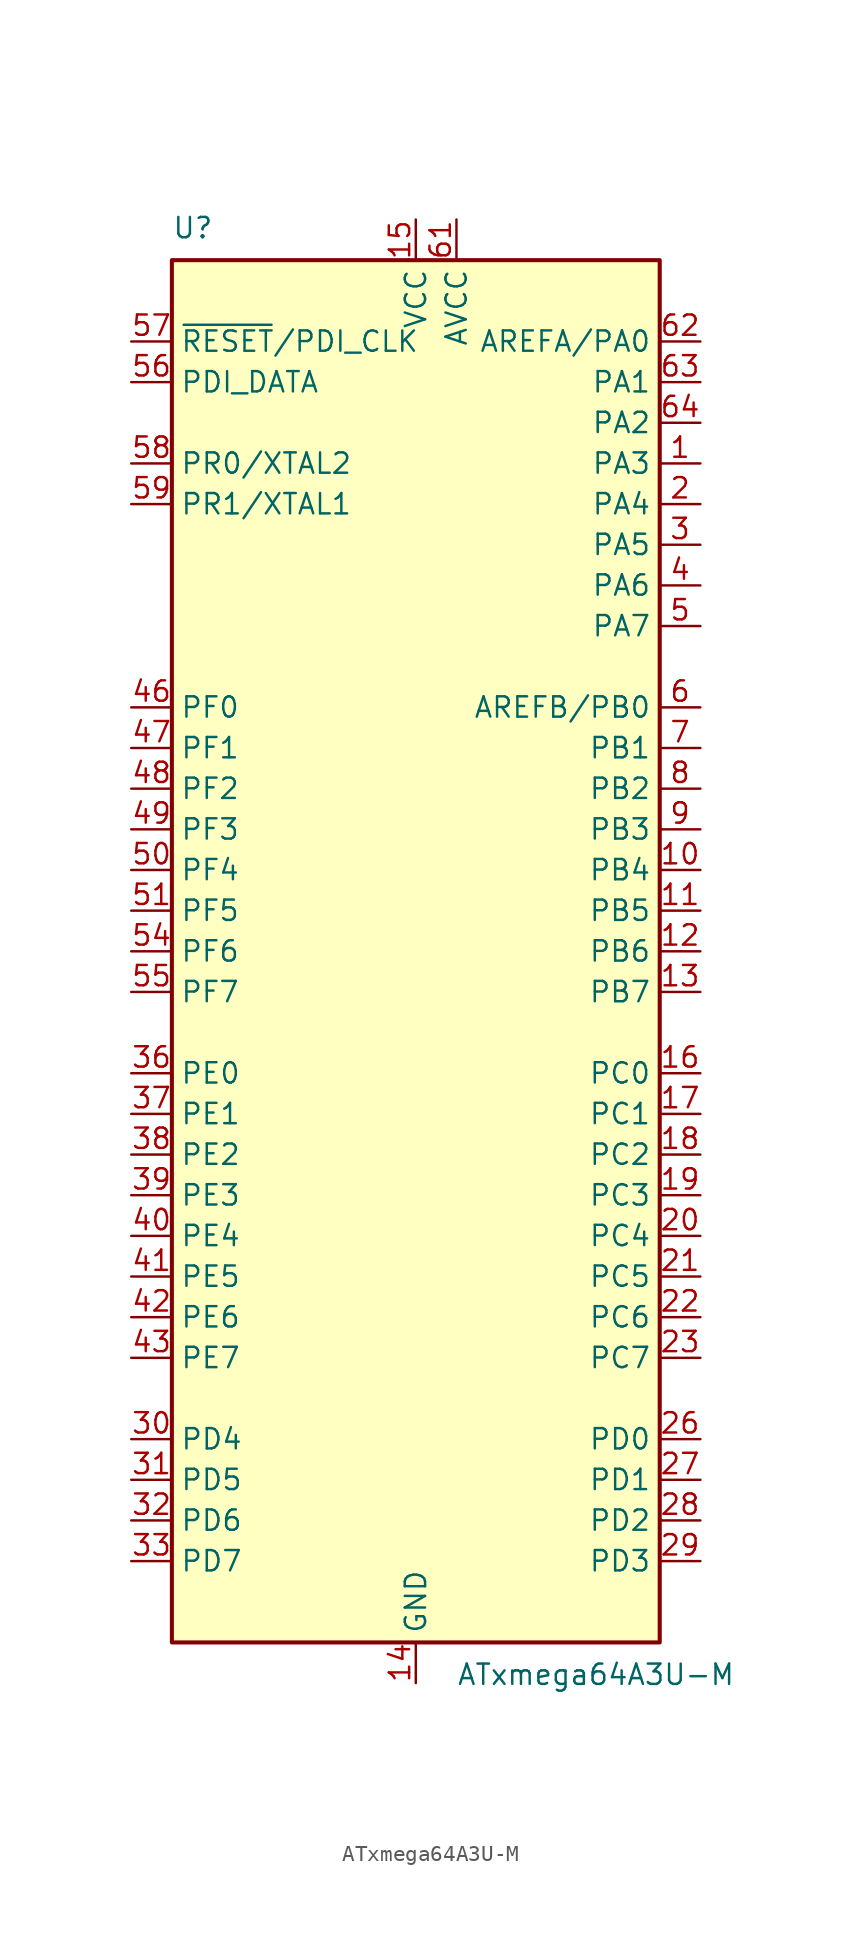
<source format=kicad_sym>
(kicad_symbol_lib
  (version 20211014)
  (generator kicad_symbol_editor)
  (symbol "ATxmega64A3U-M"
    (property "Reference" "U"
      (at -15.24 44.45 0)
      (effects (font (size 1.27 1.27)) (justify left bottom)))
    (property "Value" "ATxmega64A3U-M"
      (at 2.54 -44.45 0)
      (effects (font (size 1.27 1.27)) (justify left top)))
    (symbol "ATxmega64A3U-M_0_1"
      (rectangle (start -15.24 -43.18) (end 15.24 43.18) (stroke (width 0.254) (type default) (color 0 0 0 0)) (fill (type background))))
    (symbol "ATxmega64A3U-M_1_1"
      (pin bidirectional line (at 17.78 30.48 180) (length 2.54) (name "PA3" (effects (font (size 1.27 1.27)))) (number "1" (effects (font (size 1.27 1.27)))))
      (pin bidirectional line (at 17.78 5.08 180) (length 2.54) (name "PB4" (effects (font (size 1.27 1.27)))) (number "10" (effects (font (size 1.27 1.27)))))
      (pin bidirectional line (at 17.78 2.54 180) (length 2.54) (name "PB5" (effects (font (size 1.27 1.27)))) (number "11" (effects (font (size 1.27 1.27)))))
      (pin bidirectional line (at 17.78 0 180) (length 2.54) (name "PB6" (effects (font (size 1.27 1.27)))) (number "12" (effects (font (size 1.27 1.27)))))
      (pin bidirectional line (at 17.78 -2.54 180) (length 2.54) (name "PB7" (effects (font (size 1.27 1.27)))) (number "13" (effects (font (size 1.27 1.27)))))
      (pin power_in line (at 0 -45.72 90) (length 2.54) (name "GND" (effects (font (size 1.27 1.27)))) (number "14" (effects (font (size 1.27 1.27)))))
      (pin power_in line (at 0 45.72 270) (length 2.54) (name "VCC" (effects (font (size 1.27 1.27)))) (number "15" (effects (font (size 1.27 1.27)))))
      (pin bidirectional line (at 17.78 -7.62 180) (length 2.54) (name "PC0" (effects (font (size 1.27 1.27)))) (number "16" (effects (font (size 1.27 1.27)))))
      (pin bidirectional line (at 17.78 -10.16 180) (length 2.54) (name "PC1" (effects (font (size 1.27 1.27)))) (number "17" (effects (font (size 1.27 1.27)))))
      (pin bidirectional line (at 17.78 -12.7 180) (length 2.54) (name "PC2" (effects (font (size 1.27 1.27)))) (number "18" (effects (font (size 1.27 1.27)))))
      (pin bidirectional line (at 17.78 -15.24 180) (length 2.54) (name "PC3" (effects (font (size 1.27 1.27)))) (number "19" (effects (font (size 1.27 1.27)))))
      (pin bidirectional line (at 17.78 27.94 180) (length 2.54) (name "PA4" (effects (font (size 1.27 1.27)))) (number "2" (effects (font (size 1.27 1.27)))))
      (pin bidirectional line (at 17.78 -17.78 180) (length 2.54) (name "PC4" (effects (font (size 1.27 1.27)))) (number "20" (effects (font (size 1.27 1.27)))))
      (pin bidirectional line (at 17.78 -20.32 180) (length 2.54) (name "PC5" (effects (font (size 1.27 1.27)))) (number "21" (effects (font (size 1.27 1.27)))))
      (pin bidirectional line (at 17.78 -22.86 180) (length 2.54) (name "PC6" (effects (font (size 1.27 1.27)))) (number "22" (effects (font (size 1.27 1.27)))))
      (pin bidirectional line (at 17.78 -25.4 180) (length 2.54) (name "PC7" (effects (font (size 1.27 1.27)))) (number "23" (effects (font (size 1.27 1.27)))))
      (pin passive line (at 0 -45.72 90) (length 2.54) hide (name "GND" (effects (font (size 1.27 1.27)))) (number "24" (effects (font (size 1.27 1.27)))))
      (pin passive line (at 0 45.72 270) (length 2.54) hide (name "VCC" (effects (font (size 1.27 1.27)))) (number "25" (effects (font (size 1.27 1.27)))))
      (pin bidirectional line (at 17.78 -30.48 180) (length 2.54) (name "PD0" (effects (font (size 1.27 1.27)))) (number "26" (effects (font (size 1.27 1.27)))))
      (pin bidirectional line (at 17.78 -33.02 180) (length 2.54) (name "PD1" (effects (font (size 1.27 1.27)))) (number "27" (effects (font (size 1.27 1.27)))))
      (pin bidirectional line (at 17.78 -35.56 180) (length 2.54) (name "PD2" (effects (font (size 1.27 1.27)))) (number "28" (effects (font (size 1.27 1.27)))))
      (pin bidirectional line (at 17.78 -38.1 180) (length 2.54) (name "PD3" (effects (font (size 1.27 1.27)))) (number "29" (effects (font (size 1.27 1.27)))))
      (pin bidirectional line (at 17.78 25.4 180) (length 2.54) (name "PA5" (effects (font (size 1.27 1.27)))) (number "3" (effects (font (size 1.27 1.27)))))
      (pin bidirectional line (at -17.78 -30.48 0) (length 2.54) (name "PD4" (effects (font (size 1.27 1.27)))) (number "30" (effects (font (size 1.27 1.27)))))
      (pin bidirectional line (at -17.78 -33.02 0) (length 2.54) (name "PD5" (effects (font (size 1.27 1.27)))) (number "31" (effects (font (size 1.27 1.27)))))
      (pin bidirectional line (at -17.78 -35.56 0) (length 2.54) (name "PD6" (effects (font (size 1.27 1.27)))) (number "32" (effects (font (size 1.27 1.27)))))
      (pin bidirectional line (at -17.78 -38.1 0) (length 2.54) (name "PD7" (effects (font (size 1.27 1.27)))) (number "33" (effects (font (size 1.27 1.27)))))
      (pin passive line (at 0 -45.72 90) (length 2.54) hide (name "GND" (effects (font (size 1.27 1.27)))) (number "34" (effects (font (size 1.27 1.27)))))
      (pin passive line (at 0 45.72 270) (length 2.54) hide (name "VCC" (effects (font (size 1.27 1.27)))) (number "35" (effects (font (size 1.27 1.27)))))
      (pin bidirectional line (at -17.78 -7.62 0) (length 2.54) (name "PE0" (effects (font (size 1.27 1.27)))) (number "36" (effects (font (size 1.27 1.27)))))
      (pin bidirectional line (at -17.78 -10.16 0) (length 2.54) (name "PE1" (effects (font (size 1.27 1.27)))) (number "37" (effects (font (size 1.27 1.27)))))
      (pin bidirectional line (at -17.78 -12.7 0) (length 2.54) (name "PE2" (effects (font (size 1.27 1.27)))) (number "38" (effects (font (size 1.27 1.27)))))
      (pin bidirectional line (at -17.78 -15.24 0) (length 2.54) (name "PE3" (effects (font (size 1.27 1.27)))) (number "39" (effects (font (size 1.27 1.27)))))
      (pin bidirectional line (at 17.78 22.86 180) (length 2.54) (name "PA6" (effects (font (size 1.27 1.27)))) (number "4" (effects (font (size 1.27 1.27)))))
      (pin bidirectional line (at -17.78 -17.78 0) (length 2.54) (name "PE4" (effects (font (size 1.27 1.27)))) (number "40" (effects (font (size 1.27 1.27)))))
      (pin bidirectional line (at -17.78 -20.32 0) (length 2.54) (name "PE5" (effects (font (size 1.27 1.27)))) (number "41" (effects (font (size 1.27 1.27)))))
      (pin bidirectional line (at -17.78 -22.86 0) (length 2.54) (name "PE6" (effects (font (size 1.27 1.27)))) (number "42" (effects (font (size 1.27 1.27)))))
      (pin bidirectional line (at -17.78 -25.4 0) (length 2.54) (name "PE7" (effects (font (size 1.27 1.27)))) (number "43" (effects (font (size 1.27 1.27)))))
      (pin passive line (at 0 -45.72 90) (length 2.54) hide (name "GND" (effects (font (size 1.27 1.27)))) (number "44" (effects (font (size 1.27 1.27)))))
      (pin passive line (at 0 45.72 270) (length 2.54) hide (name "VCC" (effects (font (size 1.27 1.27)))) (number "45" (effects (font (size 1.27 1.27)))))
      (pin bidirectional line (at -17.78 15.24 0) (length 2.54) (name "PF0" (effects (font (size 1.27 1.27)))) (number "46" (effects (font (size 1.27 1.27)))))
      (pin bidirectional line (at -17.78 12.7 0) (length 2.54) (name "PF1" (effects (font (size 1.27 1.27)))) (number "47" (effects (font (size 1.27 1.27)))))
      (pin bidirectional line (at -17.78 10.16 0) (length 2.54) (name "PF2" (effects (font (size 1.27 1.27)))) (number "48" (effects (font (size 1.27 1.27)))))
      (pin bidirectional line (at -17.78 7.62 0) (length 2.54) (name "PF3" (effects (font (size 1.27 1.27)))) (number "49" (effects (font (size 1.27 1.27)))))
      (pin bidirectional line (at 17.78 20.32 180) (length 2.54) (name "PA7" (effects (font (size 1.27 1.27)))) (number "5" (effects (font (size 1.27 1.27)))))
      (pin bidirectional line (at -17.78 5.08 0) (length 2.54) (name "PF4" (effects (font (size 1.27 1.27)))) (number "50" (effects (font (size 1.27 1.27)))))
      (pin bidirectional line (at -17.78 2.54 0) (length 2.54) (name "PF5" (effects (font (size 1.27 1.27)))) (number "51" (effects (font (size 1.27 1.27)))))
      (pin passive line (at 0 -45.72 90) (length 2.54) hide (name "GND" (effects (font (size 1.27 1.27)))) (number "52" (effects (font (size 1.27 1.27)))))
      (pin passive line (at 0 45.72 270) (length 2.54) hide (name "VCC" (effects (font (size 1.27 1.27)))) (number "53" (effects (font (size 1.27 1.27)))))
      (pin bidirectional line (at -17.78 0 0) (length 2.54) (name "PF6" (effects (font (size 1.27 1.27)))) (number "54" (effects (font (size 1.27 1.27)))))
      (pin bidirectional line (at -17.78 -2.54 0) (length 2.54) (name "PF7" (effects (font (size 1.27 1.27)))) (number "55" (effects (font (size 1.27 1.27)))))
      (pin bidirectional line (at -17.78 35.56 0) (length 2.54) (name "PDI_DATA" (effects (font (size 1.27 1.27)))) (number "56" (effects (font (size 1.27 1.27)))))
      (pin input line (at -17.78 38.1 0) (length 2.54) (name "~{RESET}/PDI_CLK" (effects (font (size 1.27 1.27)))) (number "57" (effects (font (size 1.27 1.27)))))
      (pin bidirectional line (at -17.78 30.48 0) (length 2.54) (name "PR0/XTAL2" (effects (font (size 1.27 1.27)))) (number "58" (effects (font (size 1.27 1.27)))))
      (pin bidirectional line (at -17.78 27.94 0) (length 2.54) (name "PR1/XTAL1" (effects (font (size 1.27 1.27)))) (number "59" (effects (font (size 1.27 1.27)))))
      (pin bidirectional line (at 17.78 15.24 180) (length 2.54) (name "AREFB/PB0" (effects (font (size 1.27 1.27)))) (number "6" (effects (font (size 1.27 1.27)))))
      (pin passive line (at 0 -45.72 90) (length 2.54) hide (name "GND" (effects (font (size 1.27 1.27)))) (number "60" (effects (font (size 1.27 1.27)))))
      (pin power_in line (at 2.54 45.72 270) (length 2.54) (name "AVCC" (effects (font (size 1.27 1.27)))) (number "61" (effects (font (size 1.27 1.27)))))
      (pin bidirectional line (at 17.78 38.1 180) (length 2.54) (name "AREFA/PA0" (effects (font (size 1.27 1.27)))) (number "62" (effects (font (size 1.27 1.27)))))
      (pin bidirectional line (at 17.78 35.56 180) (length 2.54) (name "PA1" (effects (font (size 1.27 1.27)))) (number "63" (effects (font (size 1.27 1.27)))))
      (pin bidirectional line (at 17.78 33.02 180) (length 2.54) (name "PA2" (effects (font (size 1.27 1.27)))) (number "64" (effects (font (size 1.27 1.27)))))
      (pin passive line (at 0 -45.72 90) (length 2.54) hide (name "GND" (effects (font (size 1.27 1.27)))) (number "65" (effects (font (size 1.27 1.27)))))
      (pin bidirectional line (at 17.78 12.7 180) (length 2.54) (name "PB1" (effects (font (size 1.27 1.27)))) (number "7" (effects (font (size 1.27 1.27)))))
      (pin bidirectional line (at 17.78 10.16 180) (length 2.54) (name "PB2" (effects (font (size 1.27 1.27)))) (number "8" (effects (font (size 1.27 1.27)))))
      (pin bidirectional line (at 17.78 7.62 180) (length 2.54) (name "PB3" (effects (font (size 1.27 1.27)))) (number "9" (effects (font (size 1.27 1.27))))))))
</source>
